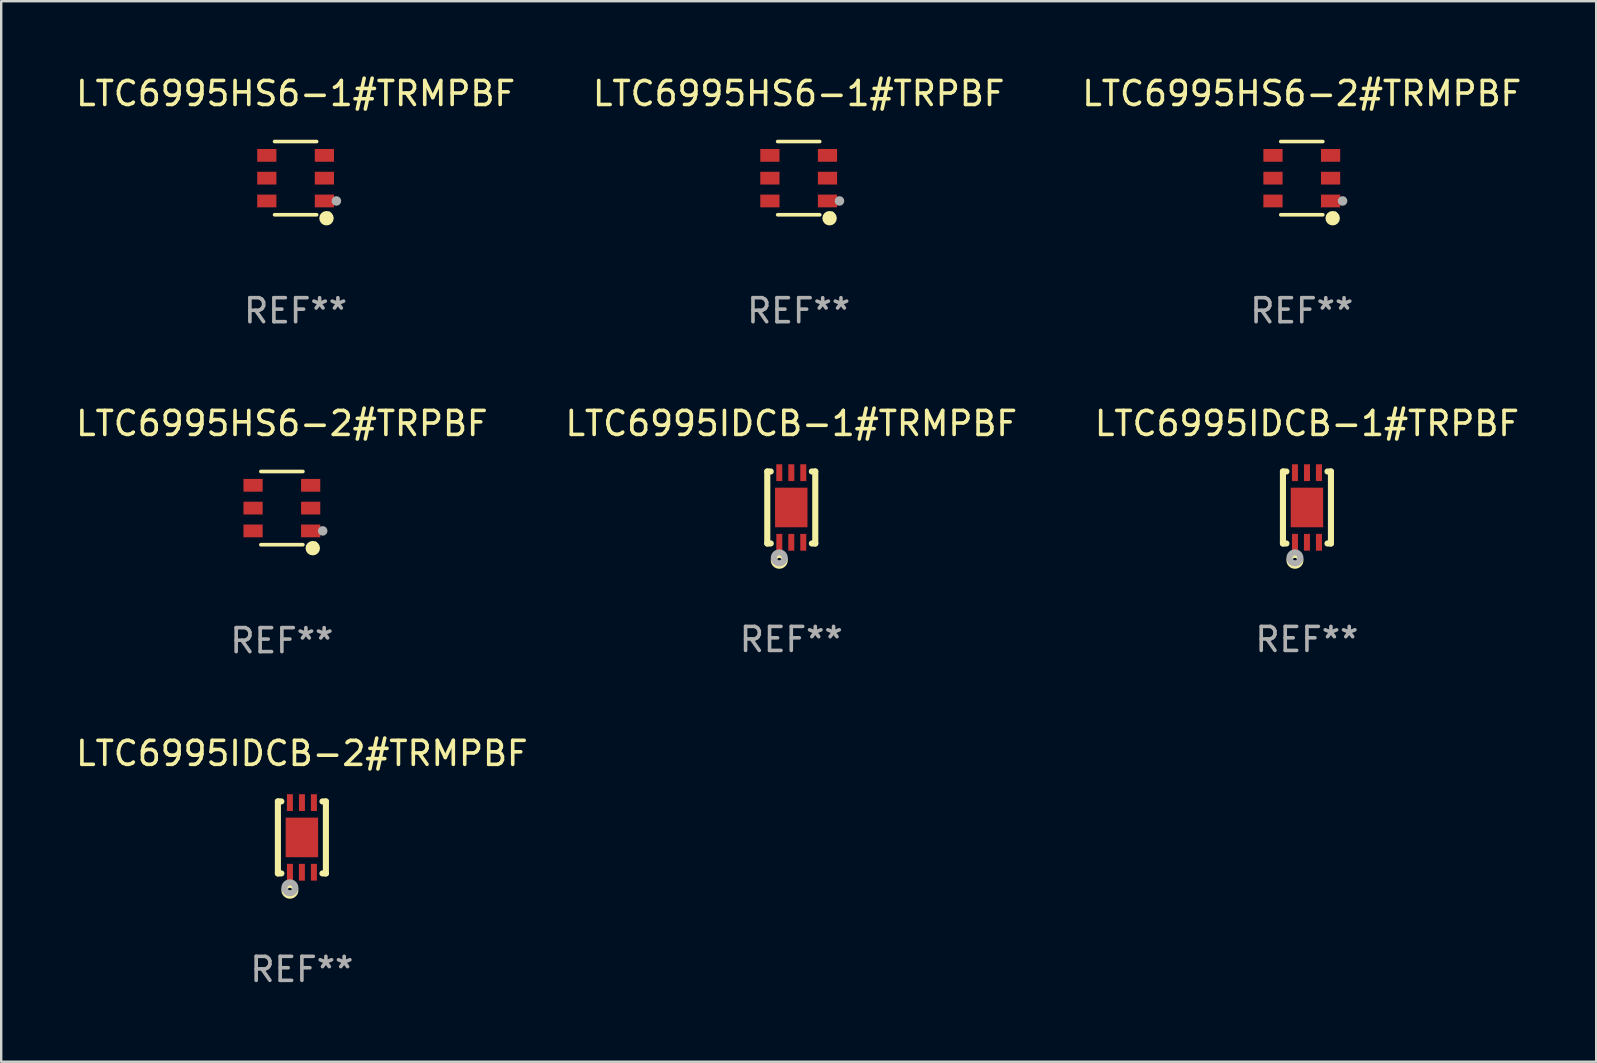
<source format=kicad_pcb>
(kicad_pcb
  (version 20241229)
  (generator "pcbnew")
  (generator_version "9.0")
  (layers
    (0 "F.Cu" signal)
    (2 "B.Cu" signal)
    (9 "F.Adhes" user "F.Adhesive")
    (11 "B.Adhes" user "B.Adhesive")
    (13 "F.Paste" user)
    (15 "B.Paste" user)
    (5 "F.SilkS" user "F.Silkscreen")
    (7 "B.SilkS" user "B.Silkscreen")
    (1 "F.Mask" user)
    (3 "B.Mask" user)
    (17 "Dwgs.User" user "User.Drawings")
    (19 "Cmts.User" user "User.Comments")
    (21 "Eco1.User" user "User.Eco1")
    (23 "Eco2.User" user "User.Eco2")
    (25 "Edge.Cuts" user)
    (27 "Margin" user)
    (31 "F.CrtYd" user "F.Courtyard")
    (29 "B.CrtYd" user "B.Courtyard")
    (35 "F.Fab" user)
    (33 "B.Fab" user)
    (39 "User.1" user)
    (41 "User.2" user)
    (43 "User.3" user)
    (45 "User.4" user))
  (footprint "LTC6995HS6-2#TRMPBF"
    (layer "F.Cu")
    (at 51.196 4.374)
    (property "Reference" "LTC6995HS6-2#TRMPBF" (at 0 -3.526 0) (layer "F.SilkS") (effects (font (size 1 1) (thickness 0.15))))
    (attr through_hole)
    (fp_line (start 0.876 -1.526) (end -0.876 -1.526) (stroke (width 0.152) (type solid)) (layer "F.SilkS"))
    (fp_line (start 0.876 1.526) (end -0.876 1.526) (stroke (width 0.152) (type solid)) (layer "F.SilkS"))
    (fp_circle (center 1.287 1.669) (end 1.438 1.669) (stroke (width 0.3) (type solid)) (fill no) (layer "F.SilkS"))
    (fp_circle (center 1.4 1.45) (end 1.43 1.45) (stroke (width 0.06) (type solid)) (fill no) (layer "F.SilkS"))
    (fp_circle (center 1.7 0.95) (end 1.8 0.95) (stroke (width 0.2) (type solid)) (fill no) (layer "F.Fab"))
    (fp_text user "REF**" (at 0 5.526 0) (layer "F.Fab") (effects (font (size 1 1) (thickness 0.15))))
    (pad "1" smd rect (at 1.2 0.95) (size 0.8 0.532) (layers "F.Cu" "F.Mask" "F.Paste"))
    (pad "2" smd rect (at 1.2 0) (size 0.8 0.532) (layers "F.Cu" "F.Mask" "F.Paste"))
    (pad "3" smd rect (at 1.2 -0.95) (size 0.8 0.532) (layers "F.Cu" "F.Mask" "F.Paste"))
    (pad "4" smd rect (at -1.2 -0.95) (size 0.8 0.532) (layers "F.Cu" "F.Mask" "F.Paste"))
    (pad "5" smd rect (at -1.2 0) (size 0.8 0.532) (layers "F.Cu" "F.Mask" "F.Paste"))
    (pad "6" smd rect (at -1.2 0.95) (size 0.8 0.532) (layers "F.Cu" "F.Mask" "F.Paste")))
  (footprint "LTC6995IDCB-1#TRMPBF"
    (layer "F.Cu")
    (at 29.923 18.097)
    (property "Reference" "LTC6995IDCB-1#TRMPBF" (at 0 -3.5 0) (layer "F.SilkS") (effects (font (size 1 1) (thickness 0.15))))
    (attr through_hole)
    (fp_line (start -1 1.5) (end -1 -1.5) (stroke (width 0.254) (type solid)) (layer "F.SilkS"))
    (fp_line (start -0.856 -1.5) (end -1 -1.5) (stroke (width 0.254) (type solid)) (layer "F.SilkS"))
    (fp_line (start -0.855 1.5) (end -1 1.5) (stroke (width 0.254) (type solid)) (layer "F.SilkS"))
    (fp_line (start 1 -1.5) (end 0.856 -1.5) (stroke (width 0.254) (type solid)) (layer "F.SilkS"))
    (fp_line (start 1 1.5) (end 0.856 1.5) (stroke (width 0.254) (type solid)) (layer "F.SilkS"))
    (fp_line (start 1 1.5) (end 1 -1.5) (stroke (width 0.254) (type solid)) (layer "F.SilkS"))
    (fp_circle (center -1 1.5) (end -0.97 1.5) (stroke (width 0.06) (type solid)) (fill no) (layer "F.SilkS"))
    (fp_circle (center -0.5 2.2) (end -0.4 2.2) (stroke (width 0.254) (type solid)) (fill no) (layer "F.SilkS"))
    (fp_circle (center -0.5 2.1) (end -0.4 2.1) (stroke (width 0.254) (type solid)) (fill no) (layer "F.Fab"))
    (fp_text user "REF**" (at 0 5.5 0) (layer "F.Fab") (effects (font (size 1 1) (thickness 0.15))))
    (pad "1" smd rect (at -0.499 1.45 180) (size 0.25 0.7) (layers "F.Cu" "F.Mask" "F.Paste"))
    (pad "2" smd rect (at 0.000025 1.45 180) (size 0.25 0.7) (layers "F.Cu" "F.Mask" "F.Paste"))
    (pad "3" smd rect (at 0.5 1.45 180) (size 0.25 0.7) (layers "F.Cu" "F.Mask" "F.Paste"))
    (pad "4" smd rect (at 0.5 -1.45 180) (size 0.25 0.7) (layers "F.Cu" "F.Mask" "F.Paste"))
    (pad "5" smd rect (at 0.002 -1.45 180) (size 0.25 0.7) (layers "F.Cu" "F.Mask" "F.Paste"))
    (pad "6" smd rect (at -0.5 -1.45 180) (size 0.25 0.7) (layers "F.Cu" "F.Mask" "F.Paste"))
    (pad "7" smd rect (at 0.000025 0.000038 180) (size 1.35 1.65) (layers "F.Cu" "F.Mask" "F.Paste")))
  (footprint "LTC6995HS6-2#TRPBF"
    (layer "F.Cu")
    (at 8.696 18.123)
    (property "Reference" "LTC6995HS6-2#TRPBF" (at 0 -3.526 0) (layer "F.SilkS") (effects (font (size 1 1) (thickness 0.15))))
    (attr through_hole)
    (fp_line (start 0.876 -1.526) (end -0.876 -1.526) (stroke (width 0.152) (type solid)) (layer "F.SilkS"))
    (fp_line (start 0.876 1.526) (end -0.876 1.526) (stroke (width 0.152) (type solid)) (layer "F.SilkS"))
    (fp_circle (center 1.287 1.669) (end 1.438 1.669) (stroke (width 0.3) (type solid)) (fill no) (layer "F.SilkS"))
    (fp_circle (center 1.4 1.45) (end 1.43 1.45) (stroke (width 0.06) (type solid)) (fill no) (layer "F.SilkS"))
    (fp_circle (center 1.7 0.95) (end 1.8 0.95) (stroke (width 0.2) (type solid)) (fill no) (layer "F.Fab"))
    (fp_text user "REF**" (at 0 5.526 0) (layer "F.Fab") (effects (font (size 1 1) (thickness 0.15))))
    (pad "1" smd rect (at 1.2 0.95) (size 0.8 0.532) (layers "F.Cu" "F.Mask" "F.Paste"))
    (pad "2" smd rect (at 1.2 0) (size 0.8 0.532) (layers "F.Cu" "F.Mask" "F.Paste"))
    (pad "3" smd rect (at 1.2 -0.95) (size 0.8 0.532) (layers "F.Cu" "F.Mask" "F.Paste"))
    (pad "4" smd rect (at -1.2 -0.95) (size 0.8 0.532) (layers "F.Cu" "F.Mask" "F.Paste"))
    (pad "5" smd rect (at -1.2 0) (size 0.8 0.532) (layers "F.Cu" "F.Mask" "F.Paste"))
    (pad "6" smd rect (at -1.2 0.95) (size 0.8 0.532) (layers "F.Cu" "F.Mask" "F.Paste")))
  (footprint "LTC6995HS6-1#TRPBF"
    (layer "F.Cu")
    (at 30.232 4.374)
    (property "Reference" "LTC6995HS6-1#TRPBF" (at 0 -3.526 0) (layer "F.SilkS") (effects (font (size 1 1) (thickness 0.15))))
    (attr through_hole)
    (fp_line (start 0.876 -1.526) (end -0.876 -1.526) (stroke (width 0.152) (type solid)) (layer "F.SilkS"))
    (fp_line (start 0.876 1.526) (end -0.876 1.526) (stroke (width 0.152) (type solid)) (layer "F.SilkS"))
    (fp_circle (center 1.287 1.669) (end 1.438 1.669) (stroke (width 0.3) (type solid)) (fill no) (layer "F.SilkS"))
    (fp_circle (center 1.4 1.45) (end 1.43 1.45) (stroke (width 0.06) (type solid)) (fill no) (layer "F.SilkS"))
    (fp_circle (center 1.7 0.95) (end 1.8 0.95) (stroke (width 0.2) (type solid)) (fill no) (layer "F.Fab"))
    (fp_text user "REF**" (at 0 5.526 0) (layer "F.Fab") (effects (font (size 1 1) (thickness 0.15))))
    (pad "1" smd rect (at 1.2 0.95) (size 0.8 0.532) (layers "F.Cu" "F.Mask" "F.Paste"))
    (pad "2" smd rect (at 1.2 0) (size 0.8 0.532) (layers "F.Cu" "F.Mask" "F.Paste"))
    (pad "3" smd rect (at 1.2 -0.95) (size 0.8 0.532) (layers "F.Cu" "F.Mask" "F.Paste"))
    (pad "4" smd rect (at -1.2 -0.95) (size 0.8 0.532) (layers "F.Cu" "F.Mask" "F.Paste"))
    (pad "5" smd rect (at -1.2 0) (size 0.8 0.532) (layers "F.Cu" "F.Mask" "F.Paste"))
    (pad "6" smd rect (at -1.2 0.95) (size 0.8 0.532) (layers "F.Cu" "F.Mask" "F.Paste")))
  (footprint "LTC6995IDCB-1#TRPBF"
    (layer "F.Cu")
    (at 51.411 18.097)
    (property "Reference" "LTC6995IDCB-1#TRPBF" (at 0 -3.5 0) (layer "F.SilkS") (effects (font (size 1 1) (thickness 0.15))))
    (attr through_hole)
    (fp_line (start -1 1.5) (end -1 -1.5) (stroke (width 0.254) (type solid)) (layer "F.SilkS"))
    (fp_line (start -0.856 -1.5) (end -1 -1.5) (stroke (width 0.254) (type solid)) (layer "F.SilkS"))
    (fp_line (start -0.855 1.5) (end -1 1.5) (stroke (width 0.254) (type solid)) (layer "F.SilkS"))
    (fp_line (start 1 -1.5) (end 0.856 -1.5) (stroke (width 0.254) (type solid)) (layer "F.SilkS"))
    (fp_line (start 1 1.5) (end 0.856 1.5) (stroke (width 0.254) (type solid)) (layer "F.SilkS"))
    (fp_line (start 1 1.5) (end 1 -1.5) (stroke (width 0.254) (type solid)) (layer "F.SilkS"))
    (fp_circle (center -1 1.5) (end -0.97 1.5) (stroke (width 0.06) (type solid)) (fill no) (layer "F.SilkS"))
    (fp_circle (center -0.5 2.2) (end -0.4 2.2) (stroke (width 0.254) (type solid)) (fill no) (layer "F.SilkS"))
    (fp_circle (center -0.5 2.1) (end -0.4 2.1) (stroke (width 0.254) (type solid)) (fill no) (layer "F.Fab"))
    (fp_text user "REF**" (at 0 5.5 0) (layer "F.Fab") (effects (font (size 1 1) (thickness 0.15))))
    (pad "1" smd rect (at -0.499 1.45 180) (size 0.25 0.7) (layers "F.Cu" "F.Mask" "F.Paste"))
    (pad "2" smd rect (at 0.000025 1.45 180) (size 0.25 0.7) (layers "F.Cu" "F.Mask" "F.Paste"))
    (pad "3" smd rect (at 0.5 1.45 180) (size 0.25 0.7) (layers "F.Cu" "F.Mask" "F.Paste"))
    (pad "4" smd rect (at 0.5 -1.45 180) (size 0.25 0.7) (layers "F.Cu" "F.Mask" "F.Paste"))
    (pad "5" smd rect (at 0.002 -1.45 180) (size 0.25 0.7) (layers "F.Cu" "F.Mask" "F.Paste"))
    (pad "6" smd rect (at -0.5 -1.45 180) (size 0.25 0.7) (layers "F.Cu" "F.Mask" "F.Paste"))
    (pad "7" smd rect (at 0.000025 0.000038 180) (size 1.35 1.65) (layers "F.Cu" "F.Mask" "F.Paste")))
  (footprint "LTC6995HS6-1#TRMPBF"
    (layer "F.Cu")
    (at 9.268 4.374)
    (property "Reference" "LTC6995HS6-1#TRMPBF" (at 0 -3.526 0) (layer "F.SilkS") (effects (font (size 1 1) (thickness 0.15))))
    (attr through_hole)
    (fp_line (start 0.876 -1.526) (end -0.876 -1.526) (stroke (width 0.152) (type solid)) (layer "F.SilkS"))
    (fp_line (start 0.876 1.526) (end -0.876 1.526) (stroke (width 0.152) (type solid)) (layer "F.SilkS"))
    (fp_circle (center 1.287 1.669) (end 1.438 1.669) (stroke (width 0.3) (type solid)) (fill no) (layer "F.SilkS"))
    (fp_circle (center 1.4 1.45) (end 1.43 1.45) (stroke (width 0.06) (type solid)) (fill no) (layer "F.SilkS"))
    (fp_circle (center 1.7 0.95) (end 1.8 0.95) (stroke (width 0.2) (type solid)) (fill no) (layer "F.Fab"))
    (fp_text user "REF**" (at 0 5.526 0) (layer "F.Fab") (effects (font (size 1 1) (thickness 0.15))))
    (pad "1" smd rect (at 1.2 0.95) (size 0.8 0.532) (layers "F.Cu" "F.Mask" "F.Paste"))
    (pad "2" smd rect (at 1.2 0) (size 0.8 0.532) (layers "F.Cu" "F.Mask" "F.Paste"))
    (pad "3" smd rect (at 1.2 -0.95) (size 0.8 0.532) (layers "F.Cu" "F.Mask" "F.Paste"))
    (pad "4" smd rect (at -1.2 -0.95) (size 0.8 0.532) (layers "F.Cu" "F.Mask" "F.Paste"))
    (pad "5" smd rect (at -1.2 0) (size 0.8 0.532) (layers "F.Cu" "F.Mask" "F.Paste"))
    (pad "6" smd rect (at -1.2 0.95) (size 0.8 0.532) (layers "F.Cu" "F.Mask" "F.Paste")))
  (footprint "LTC6995IDCB-2#TRMPBF"
    (layer "F.Cu")
    (at 9.53 31.846)
    (property "Reference" "LTC6995IDCB-2#TRMPBF" (at 0 -3.5 0) (layer "F.SilkS") (effects (font (size 1 1) (thickness 0.15))))
    (attr through_hole)
    (fp_line (start -1 1.5) (end -1 -1.5) (stroke (width 0.254) (type solid)) (layer "F.SilkS"))
    (fp_line (start -0.856 -1.5) (end -1 -1.5) (stroke (width 0.254) (type solid)) (layer "F.SilkS"))
    (fp_line (start -0.855 1.5) (end -1 1.5) (stroke (width 0.254) (type solid)) (layer "F.SilkS"))
    (fp_line (start 1 -1.5) (end 0.856 -1.5) (stroke (width 0.254) (type solid)) (layer "F.SilkS"))
    (fp_line (start 1 1.5) (end 0.856 1.5) (stroke (width 0.254) (type solid)) (layer "F.SilkS"))
    (fp_line (start 1 1.5) (end 1 -1.5) (stroke (width 0.254) (type solid)) (layer "F.SilkS"))
    (fp_circle (center -1 1.5) (end -0.97 1.5) (stroke (width 0.06) (type solid)) (fill no) (layer "F.SilkS"))
    (fp_circle (center -0.5 2.2) (end -0.4 2.2) (stroke (width 0.254) (type solid)) (fill no) (layer "F.SilkS"))
    (fp_circle (center -0.5 2.1) (end -0.4 2.1) (stroke (width 0.254) (type solid)) (fill no) (layer "F.Fab"))
    (fp_text user "REF**" (at 0 5.5 0) (layer "F.Fab") (effects (font (size 1 1) (thickness 0.15))))
    (pad "1" smd rect (at -0.499 1.45 180) (size 0.25 0.7) (layers "F.Cu" "F.Mask" "F.Paste"))
    (pad "2" smd rect (at 0.000025 1.45 180) (size 0.25 0.7) (layers "F.Cu" "F.Mask" "F.Paste"))
    (pad "3" smd rect (at 0.5 1.45 180) (size 0.25 0.7) (layers "F.Cu" "F.Mask" "F.Paste"))
    (pad "4" smd rect (at 0.5 -1.45 180) (size 0.25 0.7) (layers "F.Cu" "F.Mask" "F.Paste"))
    (pad "5" smd rect (at 0.002 -1.45 180) (size 0.25 0.7) (layers "F.Cu" "F.Mask" "F.Paste"))
    (pad "6" smd rect (at -0.5 -1.45 180) (size 0.25 0.7) (layers "F.Cu" "F.Mask" "F.Paste"))
    (pad "7" smd rect (at 0.000025 0.000038 180) (size 1.35 1.65) (layers "F.Cu" "F.Mask" "F.Paste")))
  (gr_rect
    (start -3 -3)
    (end 63.464 41.194)
    (stroke (width 0.1) (type default))
    (fill no)
    (layer "Edge.Cuts")))
</source>
